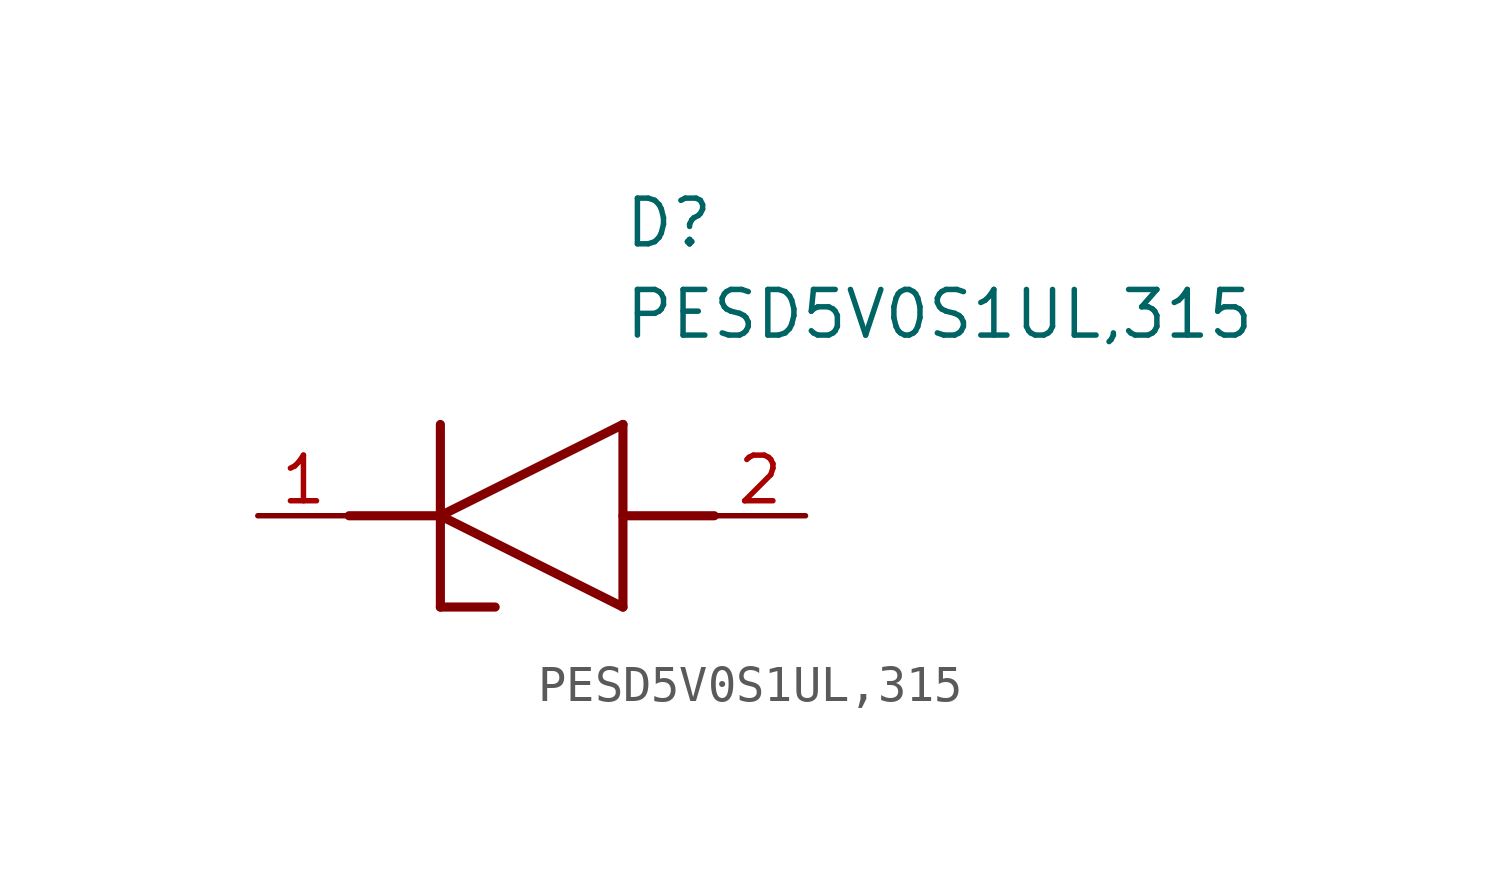
<source format=kicad_sym>
(kicad_symbol_lib
  (version 20211014)
  (generator SamacSys_ECAD_Model)
  (symbol "PESD5V0S1UL,315"
    (pin_names hide)
    (property "Reference" "D"
      (at 10.16 8.89 0)
      (effects (font (size 1.27 1.27)) (justify left top)))
    (property "Value" "PESD5V0S1UL,315"
      (at 10.16 6.35 0)
      (effects (font (size 1.27 1.27)) (justify left top)))
    (polyline
      (pts (xy 5.08 0) (xy 10.16 2.54))
      (stroke (width 0.254) (type default))
      (fill (type none)))
    (polyline
      (pts (xy 10.16 -2.54) (xy 10.16 2.54))
      (stroke (width 0.254) (type default))
      (fill (type none)))
    (polyline
      (pts (xy 10.16 -2.54) (xy 5.08 0))
      (stroke (width 0.254) (type default))
      (fill (type none)))
    (polyline
      (pts (xy 5.08 2.54) (xy 5.08 -2.54))
      (stroke (width 0.254) (type default))
      (fill (type none)))
    (polyline
      (pts (xy 2.54 0) (xy 5.08 0))
      (stroke (width 0.254) (type default))
      (fill (type none)))
    (polyline
      (pts (xy 12.7 0) (xy 10.16 0))
      (stroke (width 0.254) (type default))
      (fill (type none)))
    (polyline
      (pts (xy 5.08 -2.54) (xy 6.604 -2.54))
      (stroke (width 0.254) (type default))
      (fill (type none)))
    (pin passive line
      (at 0 0 0)
      (length 2.54)
      (name "K" (effects (font (size 1.27 1.27))))
      (number "1" (effects (font (size 1.27 1.27)))))
    (pin passive line
      (at 15.24 0 180)
      (length 2.54)
      (name "A" (effects (font (size 1.27 1.27))))
      (number "2" (effects (font (size 1.27 1.27)))))))
</source>
